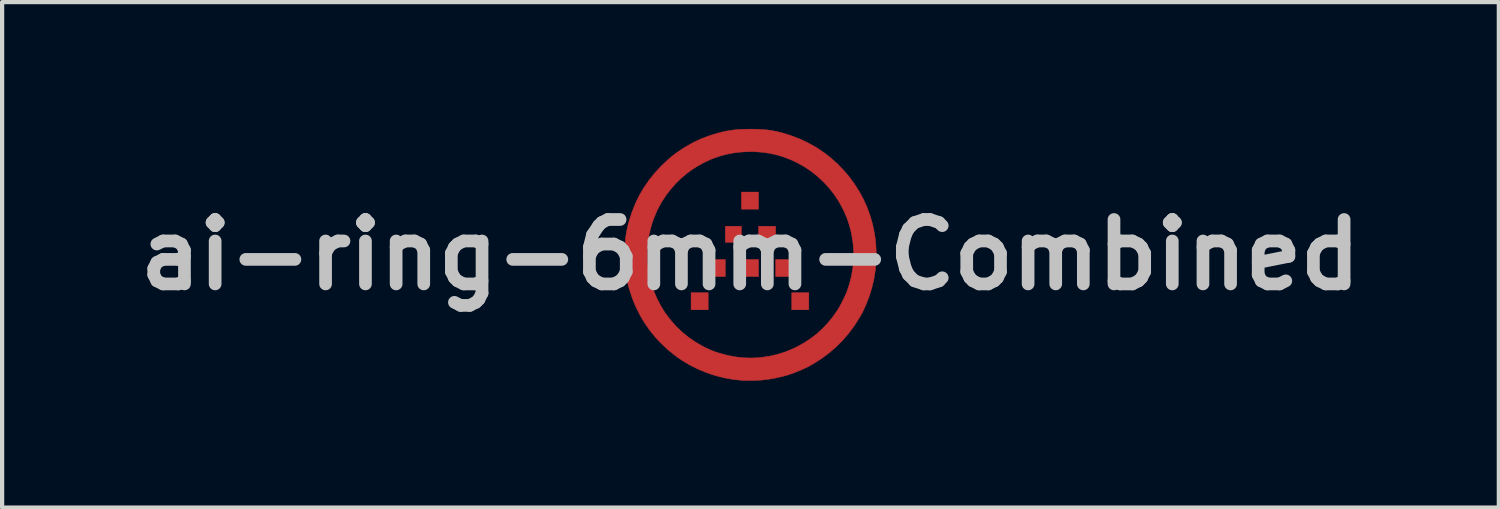
<source format=kicad_pcb>
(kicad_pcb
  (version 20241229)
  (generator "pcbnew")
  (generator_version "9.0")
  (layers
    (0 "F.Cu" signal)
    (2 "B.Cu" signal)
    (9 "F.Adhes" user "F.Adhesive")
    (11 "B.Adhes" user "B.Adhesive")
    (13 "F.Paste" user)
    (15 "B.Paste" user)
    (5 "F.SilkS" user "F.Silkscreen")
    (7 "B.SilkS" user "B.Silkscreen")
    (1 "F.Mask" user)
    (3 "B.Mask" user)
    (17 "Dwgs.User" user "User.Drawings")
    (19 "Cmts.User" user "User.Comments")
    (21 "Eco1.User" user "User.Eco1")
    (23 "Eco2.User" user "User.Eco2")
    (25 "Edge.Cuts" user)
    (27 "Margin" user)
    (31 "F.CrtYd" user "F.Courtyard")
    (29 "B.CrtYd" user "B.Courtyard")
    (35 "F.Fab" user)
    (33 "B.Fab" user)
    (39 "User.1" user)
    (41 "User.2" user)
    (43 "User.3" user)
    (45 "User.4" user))
  (footprint "ai-ring-6mm-Combined"
    (layer "F.Cu")
    (at 14.703 2.977)
    (property "Reference" "ai-ring-6mm-Combined" (at 0 0 0) (layer "Dwgs.User") (effects (font (size 1.524 1.524) (thickness 0.3))))
    (attr through_hole)
    (fp_poly (pts (xy -1 1.302) (xy -1.405 1.302) (xy -1.405 0.897) (xy -1 0.897) (xy -1 1.302)) (stroke (width 0.01) (type solid)) (fill yes) (layer "F.Cu"))
    (fp_poly (pts (xy -0.595 0.516) (xy -1 0.516) (xy -1 0.111) (xy -0.595 0.111) (xy -0.595 0.516)) (stroke (width 0.01) (type solid)) (fill yes) (layer "F.Cu"))
    (fp_poly (pts (xy -0.214 -0.294) (xy -0.595 -0.294) (xy -0.595 -0.675) (xy -0.214 -0.675) (xy -0.214 -0.294)) (stroke (width 0.01) (type solid)) (fill yes) (layer "F.Cu"))
    (fp_poly (pts (xy 0.191 -1.079) (xy -0.214 -1.079) (xy -0.214 -1.484) (xy 0.191 -1.484) (xy 0.191 -1.079)) (stroke (width 0.01) (type solid)) (fill yes) (layer "F.Cu"))
    (fp_poly (pts (xy 0.191 0.516) (xy -0.214 0.516) (xy -0.214 0.111) (xy 0.191 0.111) (xy 0.191 0.516)) (stroke (width 0.01) (type solid)) (fill yes) (layer "F.Cu"))
    (fp_poly (pts (xy 0.595 -0.294) (xy 0.191 -0.294) (xy 0.191 -0.675) (xy 0.595 -0.675) (xy 0.595 -0.294)) (stroke (width 0.01) (type solid)) (fill yes) (layer "F.Cu"))
    (fp_poly (pts (xy 0.976 0.516) (xy 0.595 0.516) (xy 0.595 0.111) (xy 0.976 0.111) (xy 0.976 0.516)) (stroke (width 0.01) (type solid)) (fill yes) (layer "F.Cu"))
    (fp_poly (pts (xy 1.381 1.302) (xy 0.976 1.302) (xy 0.976 0.897) (xy 1.381 0.897) (xy 1.381 1.302)) (stroke (width 0.01) (type solid)) (fill yes) (layer "F.Cu"))
    (fp_poly (pts (xy 0.004 -2.972) (xy 0.128 -2.971) (xy 0.24 -2.966) (xy 0.342 -2.959) (xy 0.439 -2.948) (xy 0.533 -2.933) (xy 0.628 -2.914) (xy 0.727 -2.89) (xy 0.773 -2.878) (xy 0.981 -2.812) (xy 1.183 -2.733) (xy 1.378 -2.64) (xy 1.565 -2.534) (xy 1.743 -2.414) (xy 1.895 -2.296) (xy 2.053 -2.156) (xy 2.2 -2.004) (xy 2.337 -1.843) (xy 2.461 -1.673) (xy 2.573 -1.496) (xy 2.673 -1.313) (xy 2.758 -1.124) (xy 2.829 -0.93) (xy 2.878 -0.762) (xy 2.911 -0.622) (xy 2.936 -0.49) (xy 2.955 -0.361) (xy 2.967 -0.229) (xy 2.973 -0.089) (xy 2.974 -0.064) (xy 2.971 0.155) (xy 2.953 0.37) (xy 2.92 0.581) (xy 2.87 0.788) (xy 2.806 0.993) (xy 2.742 1.156) (xy 2.714 1.222) (xy 2.689 1.276) (xy 2.668 1.323) (xy 2.646 1.366) (xy 2.623 1.408) (xy 2.597 1.455) (xy 2.568 1.504) (xy 2.449 1.69) (xy 2.318 1.865) (xy 2.177 2.028) (xy 2.025 2.18) (xy 1.861 2.321) (xy 1.687 2.451) (xy 1.504 2.568) (xy 1.451 2.599) (xy 1.405 2.625) (xy 1.363 2.648) (xy 1.32 2.669) (xy 1.273 2.691) (xy 1.218 2.715) (xy 1.156 2.742) (xy 1.06 2.781) (xy 0.972 2.814) (xy 0.884 2.843) (xy 0.793 2.869) (xy 0.71 2.889) (xy 0.546 2.925) (xy 0.389 2.951) (xy 0.235 2.967) (xy 0.079 2.974) (xy -0.012 2.975) (xy -0.063 2.974) (xy -0.111 2.974) (xy -0.153 2.973) (xy -0.186 2.972) (xy -0.206 2.971) (xy -0.206 2.971) (xy -0.423 2.947) (xy -0.635 2.908) (xy -0.844 2.854) (xy -1.047 2.786) (xy -1.244 2.704) (xy -1.435 2.608) (xy -1.618 2.499) (xy -1.769 2.394) (xy -1.942 2.255) (xy -2.102 2.107) (xy -2.251 1.949) (xy -2.386 1.782) (xy -2.509 1.605) (xy -2.618 1.42) (xy -2.714 1.227) (xy -2.797 1.025) (xy -2.865 0.816) (xy -2.878 0.773) (xy -2.904 0.671) (xy -2.925 0.575) (xy -2.942 0.48) (xy -2.955 0.385) (xy -2.964 0.285) (xy -2.969 0.178) (xy -2.972 0.06) (xy -2.972 0.004) (xy -2.971 -0.051) (xy -2.439 -0.051) (xy -2.439 0.029) (xy -2.437 0.108) (xy -2.434 0.184) (xy -2.43 0.25) (xy -2.426 0.286) (xy -2.394 0.483) (xy -2.347 0.675) (xy -2.286 0.86) (xy -2.21 1.039) (xy -2.12 1.212) (xy -2.017 1.377) (xy -1.899 1.534) (xy -1.767 1.684) (xy -1.745 1.707) (xy -1.611 1.834) (xy -1.465 1.952) (xy -1.31 2.059) (xy -1.15 2.153) (xy -1.104 2.177) (xy -1.03 2.213) (xy -0.964 2.243) (xy -0.904 2.269) (xy -0.844 2.292) (xy -0.779 2.313) (xy -0.714 2.333) (xy -0.525 2.383) (xy -0.339 2.417) (xy -0.156 2.437) (xy 0.028 2.442) (xy 0.212 2.432) (xy 0.278 2.425) (xy 0.465 2.396) (xy 0.645 2.354) (xy 0.819 2.299) (xy 0.991 2.229) (xy 1.088 2.183) (xy 1.259 2.089) (xy 1.418 1.986) (xy 1.567 1.871) (xy 1.706 1.745) (xy 1.836 1.606) (xy 1.959 1.454) (xy 2.067 1.298) (xy 2.092 1.257) (xy 2.121 1.205) (xy 2.153 1.145) (xy 2.185 1.082) (xy 2.216 1.019) (xy 2.244 0.959) (xy 2.267 0.907) (xy 2.281 0.873) (xy 2.344 0.682) (xy 2.391 0.489) (xy 2.423 0.295) (xy 2.439 0.102) (xy 2.44 -0.091) (xy 2.425 -0.283) (xy 2.394 -0.474) (xy 2.385 -0.52) (xy 2.351 -0.656) (xy 2.313 -0.782) (xy 2.268 -0.904) (xy 2.214 -1.027) (xy 2.177 -1.104) (xy 2.083 -1.273) (xy 1.976 -1.433) (xy 1.857 -1.585) (xy 1.726 -1.726) (xy 1.584 -1.857) (xy 1.433 -1.977) (xy 1.272 -2.084) (xy 1.103 -2.179) (xy 0.958 -2.247) (xy 0.787 -2.313) (xy 0.614 -2.365) (xy 0.439 -2.403) (xy 0.258 -2.427) (xy 0.071 -2.439) (xy 0.008 -2.439) (xy -0.19 -2.433) (xy -0.382 -2.412) (xy -0.568 -2.377) (xy -0.749 -2.327) (xy -0.926 -2.263) (xy -1.099 -2.182) (xy -1.27 -2.087) (xy -1.371 -2.023) (xy -1.51 -1.921) (xy -1.644 -1.807) (xy -1.772 -1.681) (xy -1.89 -1.546) (xy -1.999 -1.405) (xy -2.096 -1.257) (xy -2.179 -1.107) (xy -2.214 -1.034) (xy -2.276 -0.889) (xy -2.326 -0.75) (xy -2.366 -0.612) (xy -2.398 -0.471) (xy -2.421 -0.323) (xy -2.43 -0.254) (xy -2.435 -0.197) (xy -2.438 -0.128) (xy -2.439 -0.051) (xy -2.971 -0.051) (xy -2.97 -0.139) (xy -2.964 -0.27) (xy -2.954 -0.392) (xy -2.938 -0.509) (xy -2.916 -0.623) (xy -2.888 -0.739) (xy -2.853 -0.859) (xy -2.81 -0.988) (xy -2.795 -1.032) (xy -2.716 -1.227) (xy -2.623 -1.415) (xy -2.516 -1.597) (xy -2.395 -1.771) (xy -2.26 -1.939) (xy -2.111 -2.099) (xy -1.949 -2.252) (xy -1.842 -2.342) (xy -1.756 -2.407) (xy -1.659 -2.475) (xy -1.553 -2.542) (xy -1.443 -2.606) (xy -1.332 -2.666) (xy -1.224 -2.718) (xy -1.218 -2.721) (xy -1.148 -2.751) (xy -1.067 -2.782) (xy -0.979 -2.813) (xy -0.889 -2.843) (xy -0.8 -2.87) (xy -0.718 -2.893) (xy -0.686 -2.901) (xy -0.593 -2.922) (xy -0.504 -2.938) (xy -0.416 -2.951) (xy -0.325 -2.961) (xy -0.229 -2.967) (xy -0.125 -2.971) (xy -0.008 -2.972) (xy 0.004 -2.972)) (stroke (width 0.01) (type solid)) (fill yes) (layer "F.Cu"))
    (fp_poly (pts (xy -1 1.302) (xy -1.405 1.302) (xy -1.405 0.897) (xy -1 0.897) (xy -1 1.302)) (stroke (width 0.01) (type solid)) (fill yes) (layer "F.Mask"))
    (fp_poly (pts (xy -0.595 0.516) (xy -1 0.516) (xy -1 0.111) (xy -0.595 0.111) (xy -0.595 0.516)) (stroke (width 0.01) (type solid)) (fill yes) (layer "F.Mask"))
    (fp_poly (pts (xy -0.214 -0.294) (xy -0.595 -0.294) (xy -0.595 -0.675) (xy -0.214 -0.675) (xy -0.214 -0.294)) (stroke (width 0.01) (type solid)) (fill yes) (layer "F.Mask"))
    (fp_poly (pts (xy 0.191 -1.079) (xy -0.214 -1.079) (xy -0.214 -1.484) (xy 0.191 -1.484) (xy 0.191 -1.079)) (stroke (width 0.01) (type solid)) (fill yes) (layer "F.Mask"))
    (fp_poly (pts (xy 0.191 0.516) (xy -0.214 0.516) (xy -0.214 0.111) (xy 0.191 0.111) (xy 0.191 0.516)) (stroke (width 0.01) (type solid)) (fill yes) (layer "F.Mask"))
    (fp_poly (pts (xy 0.595 -0.294) (xy 0.191 -0.294) (xy 0.191 -0.675) (xy 0.595 -0.675) (xy 0.595 -0.294)) (stroke (width 0.01) (type solid)) (fill yes) (layer "F.Mask"))
    (fp_poly (pts (xy 0.976 0.516) (xy 0.595 0.516) (xy 0.595 0.111) (xy 0.976 0.111) (xy 0.976 0.516)) (stroke (width 0.01) (type solid)) (fill yes) (layer "F.Mask"))
    (fp_poly (pts (xy 1.381 1.302) (xy 0.976 1.302) (xy 0.976 0.897) (xy 1.381 0.897) (xy 1.381 1.302)) (stroke (width 0.01) (type solid)) (fill yes) (layer "F.Mask"))
    (fp_poly (pts (xy 0.004 -2.972) (xy 0.128 -2.971) (xy 0.24 -2.966) (xy 0.342 -2.959) (xy 0.439 -2.948) (xy 0.533 -2.933) (xy 0.628 -2.914) (xy 0.727 -2.89) (xy 0.773 -2.878) (xy 0.981 -2.812) (xy 1.183 -2.733) (xy 1.378 -2.64) (xy 1.565 -2.534) (xy 1.743 -2.414) (xy 1.895 -2.296) (xy 2.053 -2.156) (xy 2.2 -2.004) (xy 2.337 -1.843) (xy 2.461 -1.673) (xy 2.573 -1.496) (xy 2.673 -1.313) (xy 2.758 -1.124) (xy 2.829 -0.93) (xy 2.878 -0.762) (xy 2.911 -0.622) (xy 2.936 -0.49) (xy 2.955 -0.361) (xy 2.967 -0.229) (xy 2.973 -0.089) (xy 2.974 -0.064) (xy 2.971 0.155) (xy 2.953 0.37) (xy 2.92 0.581) (xy 2.87 0.788) (xy 2.806 0.993) (xy 2.742 1.156) (xy 2.714 1.222) (xy 2.689 1.276) (xy 2.668 1.323) (xy 2.646 1.366) (xy 2.623 1.408) (xy 2.597 1.455) (xy 2.568 1.504) (xy 2.449 1.69) (xy 2.318 1.865) (xy 2.177 2.028) (xy 2.025 2.18) (xy 1.861 2.321) (xy 1.687 2.451) (xy 1.504 2.568) (xy 1.451 2.599) (xy 1.405 2.625) (xy 1.363 2.648) (xy 1.32 2.669) (xy 1.273 2.691) (xy 1.218 2.715) (xy 1.156 2.742) (xy 1.06 2.781) (xy 0.972 2.814) (xy 0.884 2.843) (xy 0.793 2.869) (xy 0.71 2.889) (xy 0.546 2.925) (xy 0.389 2.951) (xy 0.235 2.967) (xy 0.079 2.974) (xy -0.012 2.975) (xy -0.063 2.974) (xy -0.111 2.974) (xy -0.153 2.973) (xy -0.186 2.972) (xy -0.206 2.971) (xy -0.206 2.971) (xy -0.423 2.947) (xy -0.635 2.908) (xy -0.844 2.854) (xy -1.047 2.786) (xy -1.244 2.704) (xy -1.435 2.608) (xy -1.618 2.499) (xy -1.769 2.394) (xy -1.942 2.255) (xy -2.102 2.107) (xy -2.251 1.949) (xy -2.386 1.782) (xy -2.509 1.605) (xy -2.618 1.42) (xy -2.714 1.227) (xy -2.797 1.025) (xy -2.865 0.816) (xy -2.878 0.773) (xy -2.904 0.671) (xy -2.925 0.575) (xy -2.942 0.48) (xy -2.955 0.385) (xy -2.964 0.285) (xy -2.969 0.178) (xy -2.972 0.06) (xy -2.972 0.004) (xy -2.971 -0.051) (xy -2.439 -0.051) (xy -2.439 0.029) (xy -2.437 0.108) (xy -2.434 0.184) (xy -2.43 0.25) (xy -2.426 0.286) (xy -2.394 0.483) (xy -2.347 0.675) (xy -2.286 0.86) (xy -2.21 1.039) (xy -2.12 1.212) (xy -2.017 1.377) (xy -1.899 1.534) (xy -1.767 1.684) (xy -1.745 1.707) (xy -1.611 1.834) (xy -1.465 1.952) (xy -1.31 2.059) (xy -1.15 2.153) (xy -1.104 2.177) (xy -1.03 2.213) (xy -0.964 2.243) (xy -0.904 2.269) (xy -0.844 2.292) (xy -0.779 2.313) (xy -0.714 2.333) (xy -0.525 2.383) (xy -0.339 2.417) (xy -0.156 2.437) (xy 0.028 2.442) (xy 0.212 2.432) (xy 0.278 2.425) (xy 0.465 2.396) (xy 0.645 2.354) (xy 0.819 2.299) (xy 0.991 2.229) (xy 1.088 2.183) (xy 1.259 2.089) (xy 1.418 1.986) (xy 1.567 1.871) (xy 1.706 1.745) (xy 1.836 1.606) (xy 1.959 1.454) (xy 2.067 1.298) (xy 2.092 1.257) (xy 2.121 1.205) (xy 2.153 1.145) (xy 2.185 1.082) (xy 2.216 1.019) (xy 2.244 0.959) (xy 2.267 0.907) (xy 2.281 0.873) (xy 2.344 0.682) (xy 2.391 0.489) (xy 2.423 0.295) (xy 2.439 0.102) (xy 2.44 -0.091) (xy 2.425 -0.283) (xy 2.394 -0.474) (xy 2.385 -0.52) (xy 2.351 -0.656) (xy 2.313 -0.782) (xy 2.268 -0.904) (xy 2.214 -1.027) (xy 2.177 -1.104) (xy 2.083 -1.273) (xy 1.976 -1.433) (xy 1.857 -1.585) (xy 1.726 -1.726) (xy 1.584 -1.857) (xy 1.433 -1.977) (xy 1.272 -2.084) (xy 1.103 -2.179) (xy 0.958 -2.247) (xy 0.787 -2.313) (xy 0.614 -2.365) (xy 0.439 -2.403) (xy 0.258 -2.427) (xy 0.071 -2.439) (xy 0.008 -2.439) (xy -0.19 -2.433) (xy -0.382 -2.412) (xy -0.568 -2.377) (xy -0.749 -2.327) (xy -0.926 -2.263) (xy -1.099 -2.182) (xy -1.27 -2.087) (xy -1.371 -2.023) (xy -1.51 -1.921) (xy -1.644 -1.807) (xy -1.772 -1.681) (xy -1.89 -1.546) (xy -1.999 -1.405) (xy -2.096 -1.257) (xy -2.179 -1.107) (xy -2.214 -1.034) (xy -2.276 -0.889) (xy -2.326 -0.75) (xy -2.366 -0.612) (xy -2.398 -0.471) (xy -2.421 -0.323) (xy -2.43 -0.254) (xy -2.435 -0.197) (xy -2.438 -0.128) (xy -2.439 -0.051) (xy -2.971 -0.051) (xy -2.97 -0.139) (xy -2.964 -0.27) (xy -2.954 -0.392) (xy -2.938 -0.509) (xy -2.916 -0.623) (xy -2.888 -0.739) (xy -2.853 -0.859) (xy -2.81 -0.988) (xy -2.795 -1.032) (xy -2.716 -1.227) (xy -2.623 -1.415) (xy -2.516 -1.597) (xy -2.395 -1.771) (xy -2.26 -1.939) (xy -2.111 -2.099) (xy -1.949 -2.252) (xy -1.842 -2.342) (xy -1.756 -2.407) (xy -1.659 -2.475) (xy -1.553 -2.542) (xy -1.443 -2.606) (xy -1.332 -2.666) (xy -1.224 -2.718) (xy -1.218 -2.721) (xy -1.148 -2.751) (xy -1.067 -2.782) (xy -0.979 -2.813) (xy -0.889 -2.843) (xy -0.8 -2.87) (xy -0.718 -2.893) (xy -0.686 -2.901) (xy -0.593 -2.922) (xy -0.504 -2.938) (xy -0.416 -2.951) (xy -0.325 -2.961) (xy -0.229 -2.967) (xy -0.125 -2.971) (xy -0.008 -2.972) (xy 0.004 -2.972)) (stroke (width 0.01) (type solid)) (fill yes) (layer "F.Mask")))
  (gr_rect
    (start -3 -3)
    (end 32.406 8.957)
    (stroke (width 0.1) (type default))
    (fill no)
    (layer "Edge.Cuts")))
</source>
